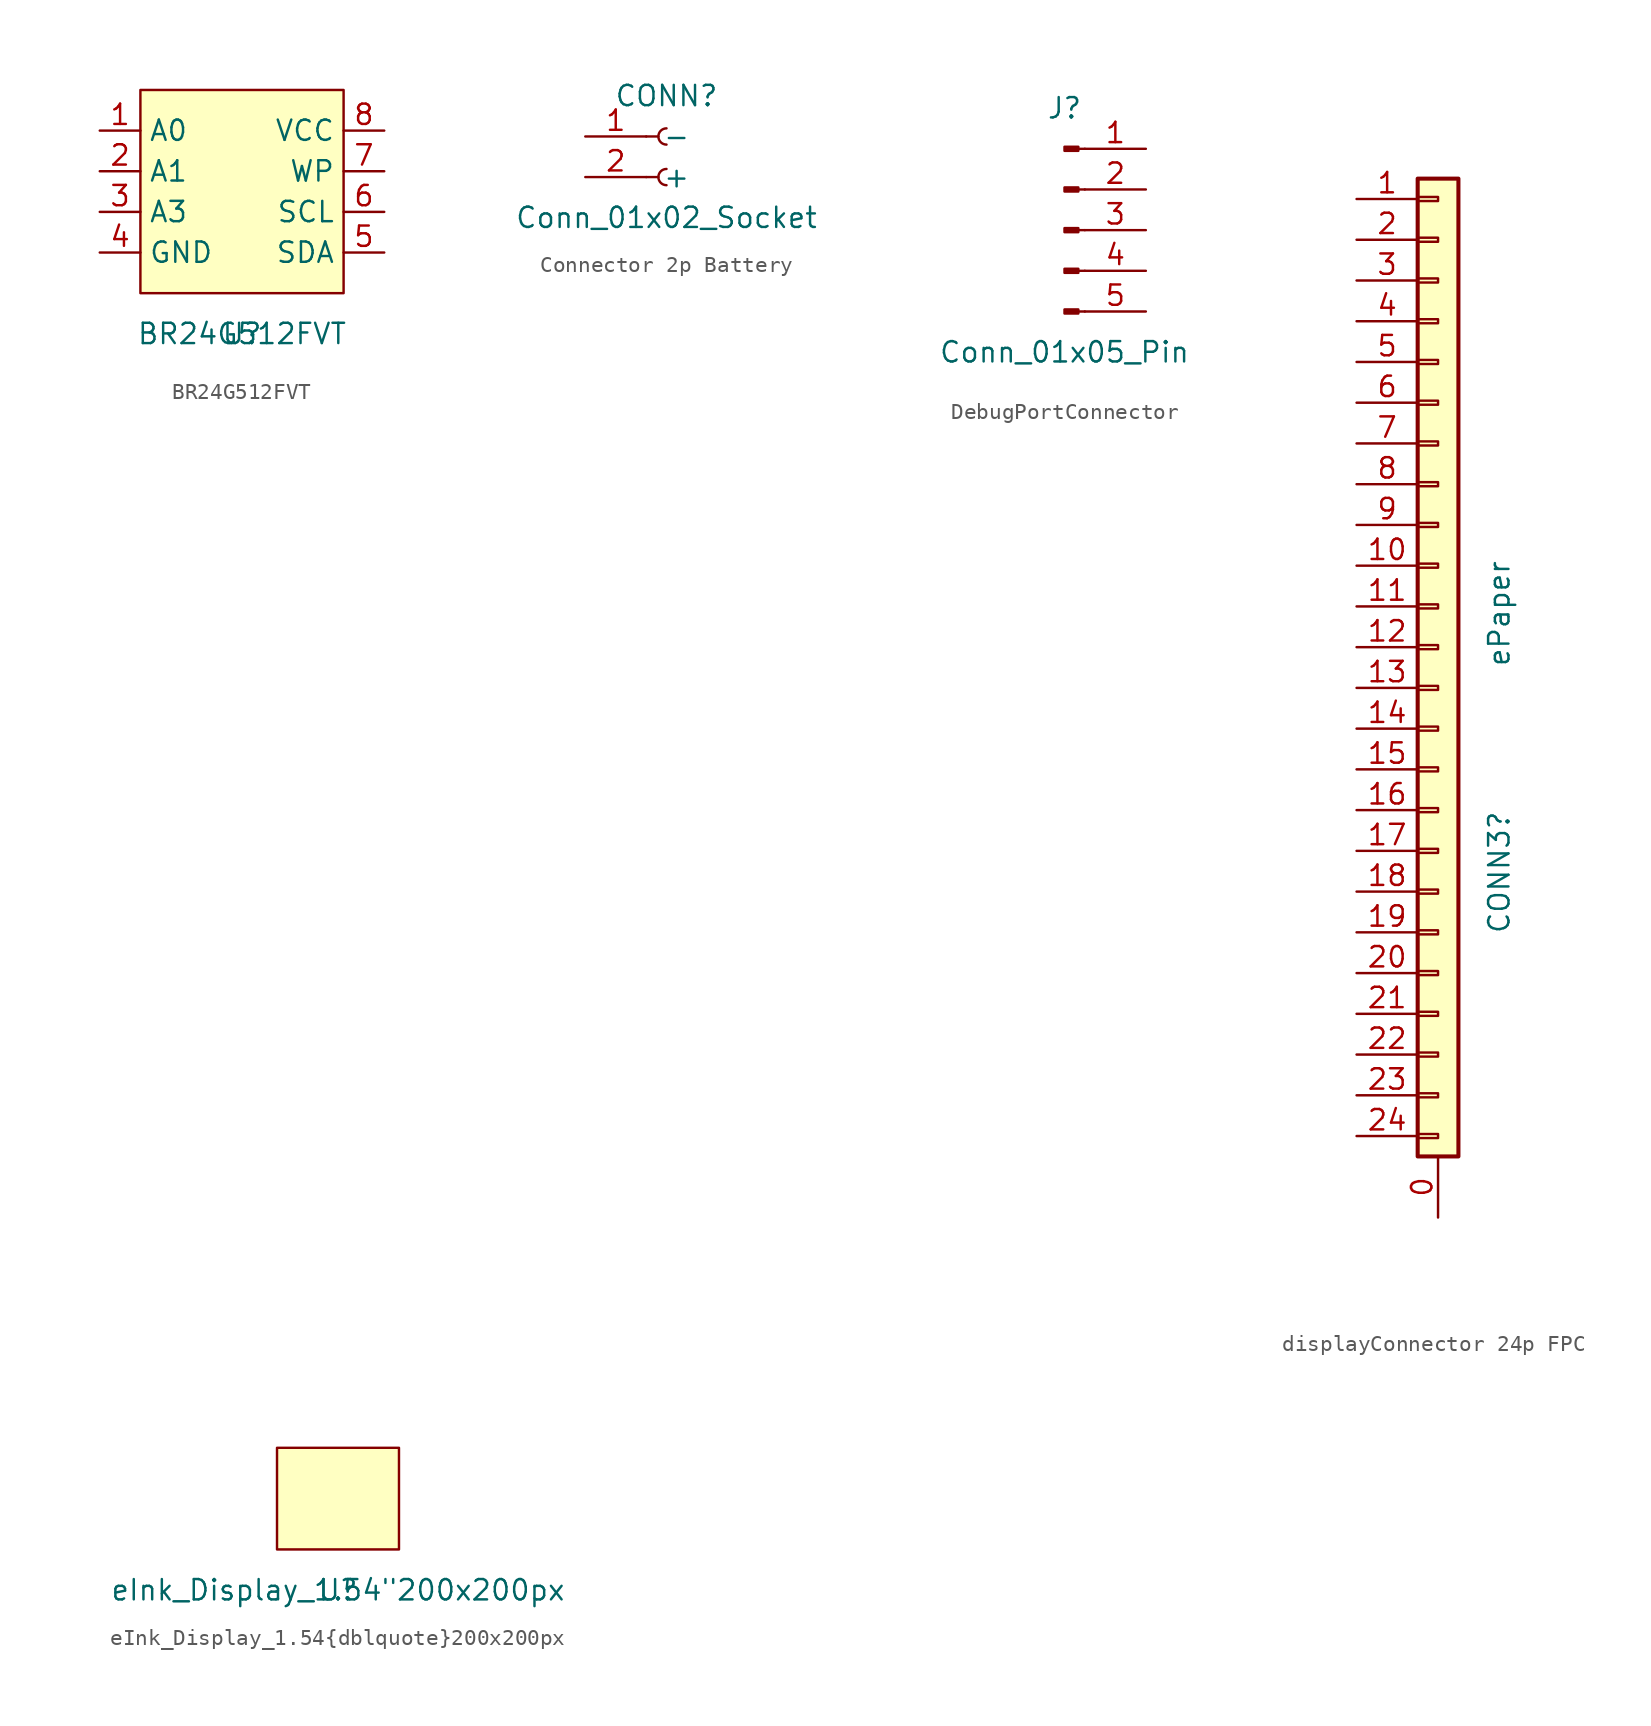
<source format=kicad_sym>
(kicad_symbol_lib
  (version 20220914)
  (generator kicad_symbol_editor)
  (symbol "BR24G512FVT"
    (property "Reference" "U"
      (at 0 0 0)
      (effects (font (size 1.27 1.27))))
    (property "Value" "BR24G512FVT"
      (at 0 0 0)
      (effects (font (size 1.27 1.27))))
    (symbol "BR24G512FVT_0_1"
      (rectangle (start -6.35 15.24) (end 6.35 2.54) (stroke (width 0) (type default)) (fill (type background))))
    (symbol "BR24G512FVT_1_1"
      (pin input line (at -8.89 12.7 0) (length 2.54) (name "A0" (effects (font (size 1.27 1.27)))) (number "1" (effects (font (size 1.27 1.27)))))
      (pin input line (at -8.89 10.16 0) (length 2.54) (name "A1" (effects (font (size 1.27 1.27)))) (number "2" (effects (font (size 1.27 1.27)))))
      (pin input line (at -8.89 7.62 0) (length 2.54) (name "A3" (effects (font (size 1.27 1.27)))) (number "3" (effects (font (size 1.27 1.27)))))
      (pin power_in line (at -8.89 5.08 0) (length 2.54) (name "GND" (effects (font (size 1.27 1.27)))) (number "4" (effects (font (size 1.27 1.27)))))
      (pin input line (at 8.89 5.08 180) (length 2.54) (name "SDA" (effects (font (size 1.27 1.27)))) (number "5" (effects (font (size 1.27 1.27)))))
      (pin input line (at 8.89 7.62 180) (length 2.54) (name "SCL" (effects (font (size 1.27 1.27)))) (number "6" (effects (font (size 1.27 1.27)))))
      (pin input line (at 8.89 10.16 180) (length 2.54) (name "WP" (effects (font (size 1.27 1.27)))) (number "7" (effects (font (size 1.27 1.27)))))
      (pin power_in line (at 8.89 12.7 180) (length 2.54) (name "VCC" (effects (font (size 1.27 1.27)))) (number "8" (effects (font (size 1.27 1.27)))))))
  (symbol "Connector 2p Battery"
    (pin_names
      (offset 1.016))
    (property "Reference" "CONN"
      (at 0 2.54 0)
      (effects (font (size 1.27 1.27))))
    (property "Value" "Conn_01x02_Socket"
      (at 0 -5.08 0)
      (effects (font (size 1.27 1.27))))
    (symbol "Connector 2p Battery_1_1"
      (arc (start 0 -2.032) (mid -0.5058 -2.54) (end 0 -3.048) (stroke (width 0.1524) (type default)) (fill (type none)))
      (polyline (pts (xy -1.27 -2.54) (xy -0.508 -2.54)) (stroke (width 0.152) (type default)) (fill (type none)))
      (polyline (pts (xy -1.27 0) (xy -0.508 0)) (stroke (width 0.152) (type default)) (fill (type none)))
      (arc (start 0 0.508) (mid -0.5058 0) (end 0 -0.508) (stroke (width 0.1524) (type default)) (fill (type none)))
      (pin passive line (at -5.08 0 0) (length 3.81) (name "-" (effects (font (size 1.27 1.27)))) (number "1" (effects (font (size 1.27 1.27)))))
      (pin passive line (at -5.08 -2.54 0) (length 3.81) (name "+" (effects (font (size 1.27 1.27)))) (number "2" (effects (font (size 1.27 1.27)))))))
  (symbol "DebugPortConnector"
    (pin_names
      (offset 1.016) hide)
    (property "Reference" "J"
      (at 0 7.62 0)
      (effects (font (size 1.27 1.27))))
    (property "Value" "Conn_01x05_Pin"
      (at 0 -7.62 0)
      (effects (font (size 1.27 1.27))))
    (symbol "DebugPortConnector_1_1"
      (polyline (pts (xy 1.27 -5.08) (xy 0.864 -5.08)) (stroke (width 0.152) (type default)) (fill (type none)))
      (polyline (pts (xy 1.27 -2.54) (xy 0.864 -2.54)) (stroke (width 0.152) (type default)) (fill (type none)))
      (polyline (pts (xy 1.27 0) (xy 0.864 0)) (stroke (width 0.152) (type default)) (fill (type none)))
      (polyline (pts (xy 1.27 2.54) (xy 0.864 2.54)) (stroke (width 0.152) (type default)) (fill (type none)))
      (polyline (pts (xy 1.27 5.08) (xy 0.864 5.08)) (stroke (width 0.152) (type default)) (fill (type none)))
      (rectangle (start 0.864 -4.953) (end 0 -5.207) (stroke (width 0.152) (type default)) (fill (type outline)))
      (rectangle (start 0.864 -2.413) (end 0 -2.667) (stroke (width 0.152) (type default)) (fill (type outline)))
      (rectangle (start 0.864 0.127) (end 0 -0.127) (stroke (width 0.152) (type default)) (fill (type outline)))
      (rectangle (start 0.864 2.667) (end 0 2.413) (stroke (width 0.152) (type default)) (fill (type outline)))
      (rectangle (start 0.864 5.207) (end 0 4.953) (stroke (width 0.152) (type default)) (fill (type outline)))
      (pin passive line (at 5.08 5.08 180) (length 3.81) (name "Pin_1" (effects (font (size 1.27 1.27)))) (number "1" (effects (font (size 1.27 1.27)))))
      (pin passive line (at 5.08 2.54 180) (length 3.81) (name "Pin_2" (effects (font (size 1.27 1.27)))) (number "2" (effects (font (size 1.27 1.27)))))
      (pin passive line (at 5.08 0 180) (length 3.81) (name "Pin_3" (effects (font (size 1.27 1.27)))) (number "3" (effects (font (size 1.27 1.27)))))
      (pin passive line (at 5.08 -2.54 180) (length 3.81) (name "Pin_4" (effects (font (size 1.27 1.27)))) (number "4" (effects (font (size 1.27 1.27)))))
      (pin passive line (at 5.08 -5.08 180) (length 3.81) (name "Pin_5" (effects (font (size 1.27 1.27)))) (number "5" (effects (font (size 1.27 1.27)))))))
  (symbol "displayConnector 24p FPC"
    (pin_names
      (offset 1.016) hide)
    (property "Reference" "CONN3"
      (at 3.81 -10.16 90)
      (effects (font (size 1.27 1.27)) (justify right)))
    (property "Value" "ePaper"
      (at 3.81 -1.27 90)
      (effects (font (size 1.27 1.27)) (justify left)))
    (symbol "displayConnector 24p FPC_1_1"
      (rectangle (start -1.27 -30.353) (end 0 -30.607) (stroke (width 0.152) (type default)) (fill (type none)))
      (rectangle (start -1.27 -27.813) (end 0 -28.067) (stroke (width 0.152) (type default)) (fill (type none)))
      (rectangle (start -1.27 -25.273) (end 0 -25.527) (stroke (width 0.152) (type default)) (fill (type none)))
      (rectangle (start -1.27 -22.733) (end 0 -22.987) (stroke (width 0.152) (type default)) (fill (type none)))
      (rectangle (start -1.27 -20.193) (end 0 -20.447) (stroke (width 0.152) (type default)) (fill (type none)))
      (rectangle (start -1.27 -17.653) (end 0 -17.907) (stroke (width 0.152) (type default)) (fill (type none)))
      (rectangle (start -1.27 -15.113) (end 0 -15.367) (stroke (width 0.152) (type default)) (fill (type none)))
      (rectangle (start -1.27 -12.573) (end 0 -12.827) (stroke (width 0.152) (type default)) (fill (type none)))
      (rectangle (start -1.27 -10.033) (end 0 -10.287) (stroke (width 0.152) (type default)) (fill (type none)))
      (rectangle (start -1.27 -7.493) (end 0 -7.747) (stroke (width 0.152) (type default)) (fill (type none)))
      (rectangle (start -1.27 -4.953) (end 0 -5.207) (stroke (width 0.152) (type default)) (fill (type none)))
      (rectangle (start -1.27 -2.413) (end 0 -2.667) (stroke (width 0.152) (type default)) (fill (type none)))
      (rectangle (start -1.27 0.127) (end 0 -0.127) (stroke (width 0.152) (type default)) (fill (type none)))
      (rectangle (start -1.27 2.667) (end 0 2.413) (stroke (width 0.152) (type default)) (fill (type none)))
      (rectangle (start -1.27 5.207) (end 0 4.953) (stroke (width 0.152) (type default)) (fill (type none)))
      (rectangle (start -1.27 7.747) (end 0 7.493) (stroke (width 0.152) (type default)) (fill (type none)))
      (rectangle (start -1.27 10.287) (end 0 10.033) (stroke (width 0.152) (type default)) (fill (type none)))
      (rectangle (start -1.27 12.827) (end 0 12.573) (stroke (width 0.152) (type default)) (fill (type none)))
      (rectangle (start -1.27 15.367) (end 0 15.113) (stroke (width 0.152) (type default)) (fill (type none)))
      (rectangle (start -1.27 17.907) (end 0 17.653) (stroke (width 0.152) (type default)) (fill (type none)))
      (rectangle (start -1.27 20.447) (end 0 20.193) (stroke (width 0.152) (type default)) (fill (type none)))
      (rectangle (start -1.27 22.987) (end 0 22.733) (stroke (width 0.152) (type default)) (fill (type none)))
      (rectangle (start -1.27 25.527) (end 0 25.273) (stroke (width 0.152) (type default)) (fill (type none)))
      (rectangle (start -1.27 28.067) (end 0 27.813) (stroke (width 0.152) (type default)) (fill (type none)))
      (rectangle (start -1.27 29.21) (end 1.27 -31.75) (stroke (width 0.254) (type default)) (fill (type background)))
      (pin power_in line (at 0 -35.56 90) (length 3.81) (name "GND" (effects (font (size 1.27 1.27)))) (number "0" (effects (font (size 1.27 1.27)))))
      (pin passive line (at -5.08 27.94 0) (length 3.81) (name "Pin_1" (effects (font (size 1.27 1.27)))) (number "1" (effects (font (size 1.27 1.27)))))
      (pin passive line (at -5.08 5.08 0) (length 3.81) (name "Pin_10" (effects (font (size 1.27 1.27)))) (number "10" (effects (font (size 1.27 1.27)))))
      (pin passive line (at -5.08 2.54 0) (length 3.81) (name "Pin_11" (effects (font (size 1.27 1.27)))) (number "11" (effects (font (size 1.27 1.27)))))
      (pin passive line (at -5.08 0 0) (length 3.81) (name "Pin_12" (effects (font (size 1.27 1.27)))) (number "12" (effects (font (size 1.27 1.27)))))
      (pin passive line (at -5.08 -2.54 0) (length 3.81) (name "Pin_13" (effects (font (size 1.27 1.27)))) (number "13" (effects (font (size 1.27 1.27)))))
      (pin passive line (at -5.08 -5.08 0) (length 3.81) (name "Pin_14" (effects (font (size 1.27 1.27)))) (number "14" (effects (font (size 1.27 1.27)))))
      (pin passive line (at -5.08 -7.62 0) (length 3.81) (name "Pin_15" (effects (font (size 1.27 1.27)))) (number "15" (effects (font (size 1.27 1.27)))))
      (pin passive line (at -5.08 -10.16 0) (length 3.81) (name "Pin_16" (effects (font (size 1.27 1.27)))) (number "16" (effects (font (size 1.27 1.27)))))
      (pin passive line (at -5.08 -12.7 0) (length 3.81) (name "Pin_17" (effects (font (size 1.27 1.27)))) (number "17" (effects (font (size 1.27 1.27)))))
      (pin passive line (at -5.08 -15.24 0) (length 3.81) (name "Pin_18" (effects (font (size 1.27 1.27)))) (number "18" (effects (font (size 1.27 1.27)))))
      (pin passive line (at -5.08 -17.78 0) (length 3.81) (name "Pin_19" (effects (font (size 1.27 1.27)))) (number "19" (effects (font (size 1.27 1.27)))))
      (pin passive line (at -5.08 25.4 0) (length 3.81) (name "Pin_2" (effects (font (size 1.27 1.27)))) (number "2" (effects (font (size 1.27 1.27)))))
      (pin passive line (at -5.08 -20.32 0) (length 3.81) (name "Pin_20" (effects (font (size 1.27 1.27)))) (number "20" (effects (font (size 1.27 1.27)))))
      (pin passive line (at -5.08 -22.86 0) (length 3.81) (name "Pin_21" (effects (font (size 1.27 1.27)))) (number "21" (effects (font (size 1.27 1.27)))))
      (pin passive line (at -5.08 -25.4 0) (length 3.81) (name "Pin_22" (effects (font (size 1.27 1.27)))) (number "22" (effects (font (size 1.27 1.27)))))
      (pin passive line (at -5.08 -27.94 0) (length 3.81) (name "Pin_23" (effects (font (size 1.27 1.27)))) (number "23" (effects (font (size 1.27 1.27)))))
      (pin passive line (at -5.08 -30.48 0) (length 3.81) (name "Pin_24" (effects (font (size 1.27 1.27)))) (number "24" (effects (font (size 1.27 1.27)))))
      (pin passive line (at -5.08 22.86 0) (length 3.81) (name "Pin_3" (effects (font (size 1.27 1.27)))) (number "3" (effects (font (size 1.27 1.27)))))
      (pin passive line (at -5.08 20.32 0) (length 3.81) (name "Pin_4" (effects (font (size 1.27 1.27)))) (number "4" (effects (font (size 1.27 1.27)))))
      (pin passive line (at -5.08 17.78 0) (length 3.81) (name "Pin_5" (effects (font (size 1.27 1.27)))) (number "5" (effects (font (size 1.27 1.27)))))
      (pin passive line (at -5.08 15.24 0) (length 3.81) (name "Pin_6" (effects (font (size 1.27 1.27)))) (number "6" (effects (font (size 1.27 1.27)))))
      (pin passive line (at -5.08 12.7 0) (length 3.81) (name "Pin_7" (effects (font (size 1.27 1.27)))) (number "7" (effects (font (size 1.27 1.27)))))
      (pin passive line (at -5.08 10.16 0) (length 3.81) (name "Pin_8" (effects (font (size 1.27 1.27)))) (number "8" (effects (font (size 1.27 1.27)))))
      (pin passive line (at -5.08 7.62 0) (length 3.81) (name "Pin_9" (effects (font (size 1.27 1.27)))) (number "9" (effects (font (size 1.27 1.27)))))))
  (symbol "eInk_Display_1.54{dblquote}200x200px"
    (property "Reference" "U"
      (at 0 0 0)
      (effects (font (size 1.27 1.27))))
    (property "Value" "eInk_Display_1.54{dblquote}200x200px"
      (at 0 0 0)
      (effects (font (size 1.27 1.27))))
    (symbol "eInk_Display_1.54{dblquote}200x200px_0_1"
      (rectangle (start -3.81 8.89) (end 3.81 2.54) (stroke (width 0) (type default)) (fill (type background))))))
</source>
